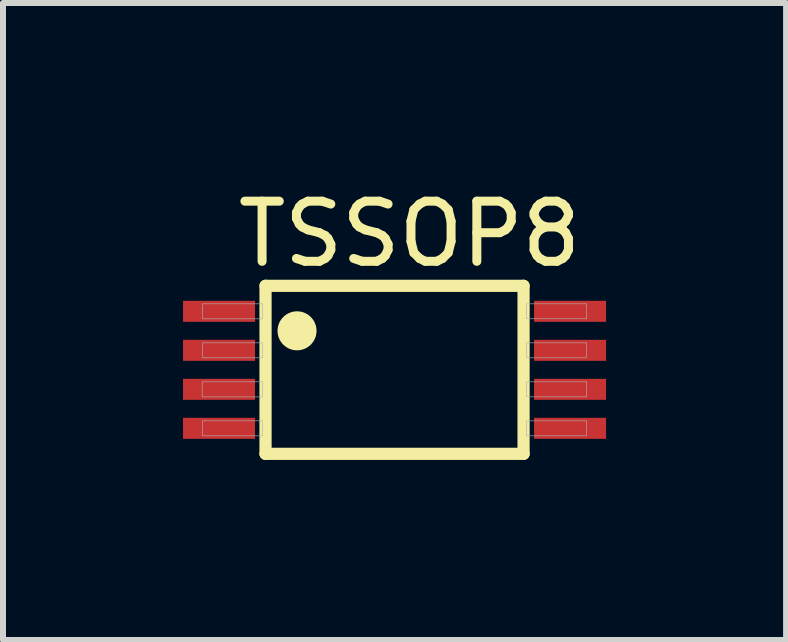
<source format=kicad_pcb>
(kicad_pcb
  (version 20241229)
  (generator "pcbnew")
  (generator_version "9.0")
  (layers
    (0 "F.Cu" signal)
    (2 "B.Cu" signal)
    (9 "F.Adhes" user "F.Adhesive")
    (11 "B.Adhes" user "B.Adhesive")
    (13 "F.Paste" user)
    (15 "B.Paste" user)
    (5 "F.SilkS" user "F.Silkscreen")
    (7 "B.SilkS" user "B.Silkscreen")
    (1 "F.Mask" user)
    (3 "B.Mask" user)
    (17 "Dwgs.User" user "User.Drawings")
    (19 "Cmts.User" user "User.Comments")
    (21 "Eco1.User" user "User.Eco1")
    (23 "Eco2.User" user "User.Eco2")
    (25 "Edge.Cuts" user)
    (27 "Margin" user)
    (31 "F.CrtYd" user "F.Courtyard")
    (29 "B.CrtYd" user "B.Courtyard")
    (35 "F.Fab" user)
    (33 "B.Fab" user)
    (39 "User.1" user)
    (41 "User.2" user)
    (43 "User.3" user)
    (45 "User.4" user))
  (footprint "TSSOP8"
    (layer "F.Cu")
    (at 3.525 3.113)
    (property "Reference" "TSSOP8" (at 0.25 -2.264 0) (layer "F.SilkS") (effects (font (size 1.002 1.002) (thickness 0.15))))
    (attr smd)
    (fp_line (start -2.15 -1.4) (end -2.15 1.4) (stroke (width 0.203) (type solid)) (layer "F.SilkS"))
    (fp_line (start -2.15 1.4) (end 2.15 1.4) (stroke (width 0.203) (type solid)) (layer "F.SilkS"))
    (fp_line (start 2.15 -1.4) (end -2.15 -1.4) (stroke (width 0.203) (type solid)) (layer "F.SilkS"))
    (fp_line (start 2.15 1.4) (end 2.15 -1.4) (stroke (width 0.203) (type solid)) (layer "F.SilkS"))
    (fp_circle (center -1.625 -0.65) (end -1.3 -0.65) (stroke (width 0) (type solid)) (fill yes) (layer "F.SilkS"))
    (fp_poly (pts (xy -3.206 0.2) (xy -2.2 0.2) (xy -2.2 0.451) (xy -3.206 0.451)) (stroke (width 0.01) (type solid)) (fill no) (layer "F.Fab"))
    (fp_poly (pts (xy -3.201 -0.45) (xy -2.2 -0.45) (xy -2.2 -0.2) (xy -3.201 -0.2)) (stroke (width 0.01) (type solid)) (fill no) (layer "F.Fab"))
    (fp_poly (pts (xy -3.201 0.85) (xy -2.2 0.85) (xy -2.2 1.1) (xy -3.201 1.1)) (stroke (width 0.01) (type solid)) (fill no) (layer "F.Fab"))
    (fp_poly (pts (xy -3.2 -1.1) (xy -2.2 -1.1) (xy -2.2 -0.85) (xy -3.2 -0.85)) (stroke (width 0.01) (type solid)) (fill no) (layer "F.Fab"))
    (fp_poly (pts (xy 2.201 0.85) (xy 3.2 0.85) (xy 3.2 1.1) (xy 2.201 1.1)) (stroke (width 0.01) (type solid)) (fill no) (layer "F.Fab"))
    (fp_poly (pts (xy 2.201 0.2) (xy 3.2 0.2) (xy 3.2 0.45) (xy 2.201 0.45)) (stroke (width 0.01) (type solid)) (fill no) (layer "F.Fab"))
    (fp_poly (pts (xy 2.201 -1.1) (xy 3.2 -1.1) (xy 3.2 -0.851) (xy 2.201 -0.851)) (stroke (width 0.01) (type solid)) (fill no) (layer "F.Fab"))
    (fp_poly (pts (xy 2.203 -0.45) (xy 3.2 -0.45) (xy 3.2 -0.2) (xy 2.203 -0.2)) (stroke (width 0.01) (type solid)) (fill no) (layer "F.Fab"))
    (pad "1" smd rect (at -2.925 -0.975) (size 1.2 0.35) (layers "F.Cu" "F.Mask" "F.Paste"))
    (pad "2" smd rect (at -2.925 -0.325) (size 1.2 0.35) (layers "F.Cu" "F.Mask" "F.Paste"))
    (pad "3" smd rect (at -2.925 0.325) (size 1.2 0.35) (layers "F.Cu" "F.Mask" "F.Paste"))
    (pad "4" smd rect (at -2.925 0.975) (size 1.2 0.35) (layers "F.Cu" "F.Mask" "F.Paste"))
    (pad "5" smd rect (at 2.925 0.975) (size 1.2 0.35) (layers "F.Cu" "F.Mask" "F.Paste"))
    (pad "6" smd rect (at 2.925 0.325) (size 1.2 0.35) (layers "F.Cu" "F.Mask" "F.Paste"))
    (pad "7" smd rect (at 2.925 -0.325) (size 1.2 0.35) (layers "F.Cu" "F.Mask" "F.Paste"))
    (pad "8" smd rect (at 2.925 -0.975) (size 1.2 0.35) (layers "F.Cu" "F.Mask" "F.Paste")))
  (gr_rect
    (start -3 -3)
    (end 10.05 7.615)
    (stroke (width 0.1) (type default))
    (fill no)
    (layer "Edge.Cuts")))
</source>
